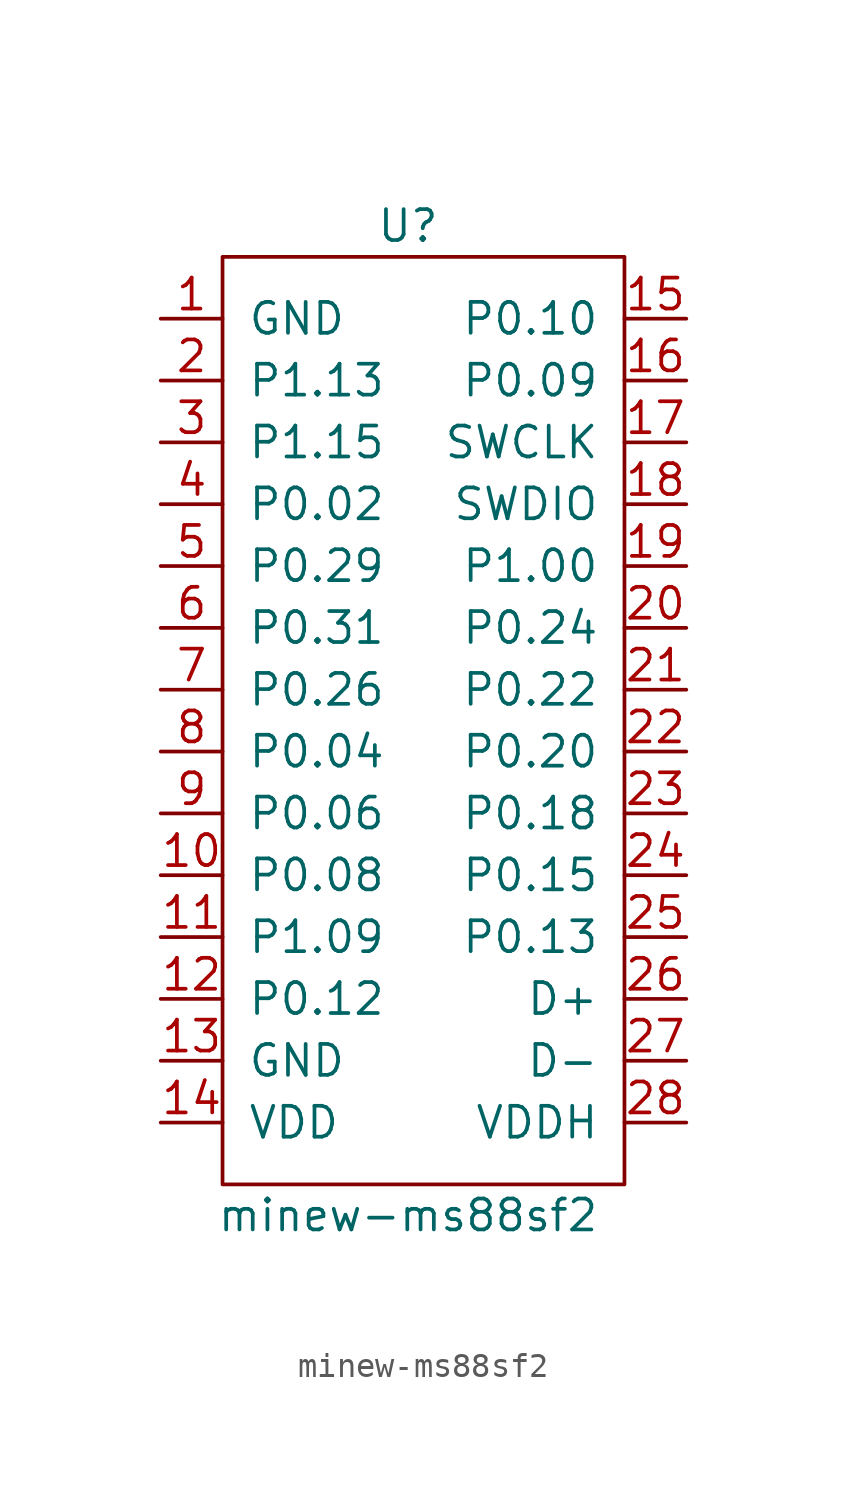
<source format=kicad_sym>
(kicad_symbol_lib
  (version 20211014)
  (generator kicad_symbol_editor)
  (symbol "minew-ms88sf2"
    (pin_names
      (offset 1.016))
    (property "Reference" "U"
      (at 0 1.27 0)
      (effects (font (size 1.27 1.27))))
    (property "Value" "minew-ms88sf2"
      (at 0 -39.37 0)
      (effects (font (size 1.27 1.27))))
    (symbol "minew-ms88sf2_0_1"
      (rectangle (start -7.62 0) (end 8.89 -38.1) (stroke (width 0) (type default) (color 0 0 0 0)) (fill (type none))))
    (symbol "minew-ms88sf2_1_1"
      (pin input line (at -10.16 -2.54 0) (length 2.54) (name "GND" (effects (font (size 1.27 1.27)))) (number "1" (effects (font (size 1.27 1.27)))))
      (pin input line (at -10.16 -25.4 0) (length 2.54) (name "P0.08" (effects (font (size 1.27 1.27)))) (number "10" (effects (font (size 1.27 1.27)))))
      (pin input line (at -10.16 -27.94 0) (length 2.54) (name "P1.09" (effects (font (size 1.27 1.27)))) (number "11" (effects (font (size 1.27 1.27)))))
      (pin input line (at -10.16 -30.48 0) (length 2.54) (name "P0.12" (effects (font (size 1.27 1.27)))) (number "12" (effects (font (size 1.27 1.27)))))
      (pin input line (at -10.16 -33.02 0) (length 2.54) (name "GND" (effects (font (size 1.27 1.27)))) (number "13" (effects (font (size 1.27 1.27)))))
      (pin input line (at -10.16 -35.56 0) (length 2.54) (name "VDD" (effects (font (size 1.27 1.27)))) (number "14" (effects (font (size 1.27 1.27)))))
      (pin input line (at 11.43 -2.54 180) (length 2.54) (name "P0.10" (effects (font (size 1.27 1.27)))) (number "15" (effects (font (size 1.27 1.27)))))
      (pin input line (at 11.43 -5.08 180) (length 2.54) (name "P0.09" (effects (font (size 1.27 1.27)))) (number "16" (effects (font (size 1.27 1.27)))))
      (pin input line (at 11.43 -7.62 180) (length 2.54) (name "SWCLK" (effects (font (size 1.27 1.27)))) (number "17" (effects (font (size 1.27 1.27)))))
      (pin input line (at 11.43 -10.16 180) (length 2.54) (name "SWDIO" (effects (font (size 1.27 1.27)))) (number "18" (effects (font (size 1.27 1.27)))))
      (pin input line (at 11.43 -12.7 180) (length 2.54) (name "P1.00" (effects (font (size 1.27 1.27)))) (number "19" (effects (font (size 1.27 1.27)))))
      (pin input line (at -10.16 -5.08 0) (length 2.54) (name "P1.13" (effects (font (size 1.27 1.27)))) (number "2" (effects (font (size 1.27 1.27)))))
      (pin input line (at 11.43 -15.24 180) (length 2.54) (name "P0.24" (effects (font (size 1.27 1.27)))) (number "20" (effects (font (size 1.27 1.27)))))
      (pin input line (at 11.43 -17.78 180) (length 2.54) (name "P0.22" (effects (font (size 1.27 1.27)))) (number "21" (effects (font (size 1.27 1.27)))))
      (pin input line (at 11.43 -20.32 180) (length 2.54) (name "P0.20" (effects (font (size 1.27 1.27)))) (number "22" (effects (font (size 1.27 1.27)))))
      (pin input line (at 11.43 -22.86 180) (length 2.54) (name "P0.18" (effects (font (size 1.27 1.27)))) (number "23" (effects (font (size 1.27 1.27)))))
      (pin input line (at 11.43 -25.4 180) (length 2.54) (name "P0.15" (effects (font (size 1.27 1.27)))) (number "24" (effects (font (size 1.27 1.27)))))
      (pin input line (at 11.43 -27.94 180) (length 2.54) (name "P0.13" (effects (font (size 1.27 1.27)))) (number "25" (effects (font (size 1.27 1.27)))))
      (pin input line (at 11.43 -30.48 180) (length 2.54) (name "D+" (effects (font (size 1.27 1.27)))) (number "26" (effects (font (size 1.27 1.27)))))
      (pin input line (at 11.43 -33.02 180) (length 2.54) (name "D-" (effects (font (size 1.27 1.27)))) (number "27" (effects (font (size 1.27 1.27)))))
      (pin input line (at 11.43 -35.56 180) (length 2.54) (name "VDDH" (effects (font (size 1.27 1.27)))) (number "28" (effects (font (size 1.27 1.27)))))
      (pin input line (at -10.16 -7.62 0) (length 2.54) (name "P1.15" (effects (font (size 1.27 1.27)))) (number "3" (effects (font (size 1.27 1.27)))))
      (pin input line (at -10.16 -10.16 0) (length 2.54) (name "P0.02" (effects (font (size 1.27 1.27)))) (number "4" (effects (font (size 1.27 1.27)))))
      (pin input line (at -10.16 -12.7 0) (length 2.54) (name "P0.29" (effects (font (size 1.27 1.27)))) (number "5" (effects (font (size 1.27 1.27)))))
      (pin input line (at -10.16 -15.24 0) (length 2.54) (name "P0.31" (effects (font (size 1.27 1.27)))) (number "6" (effects (font (size 1.27 1.27)))))
      (pin input line (at -10.16 -17.78 0) (length 2.54) (name "P0.26" (effects (font (size 1.27 1.27)))) (number "7" (effects (font (size 1.27 1.27)))))
      (pin input line (at -10.16 -20.32 0) (length 2.54) (name "P0.04" (effects (font (size 1.27 1.27)))) (number "8" (effects (font (size 1.27 1.27)))))
      (pin input line (at -10.16 -22.86 0) (length 2.54) (name "P0.06" (effects (font (size 1.27 1.27)))) (number "9" (effects (font (size 1.27 1.27))))))))
</source>
